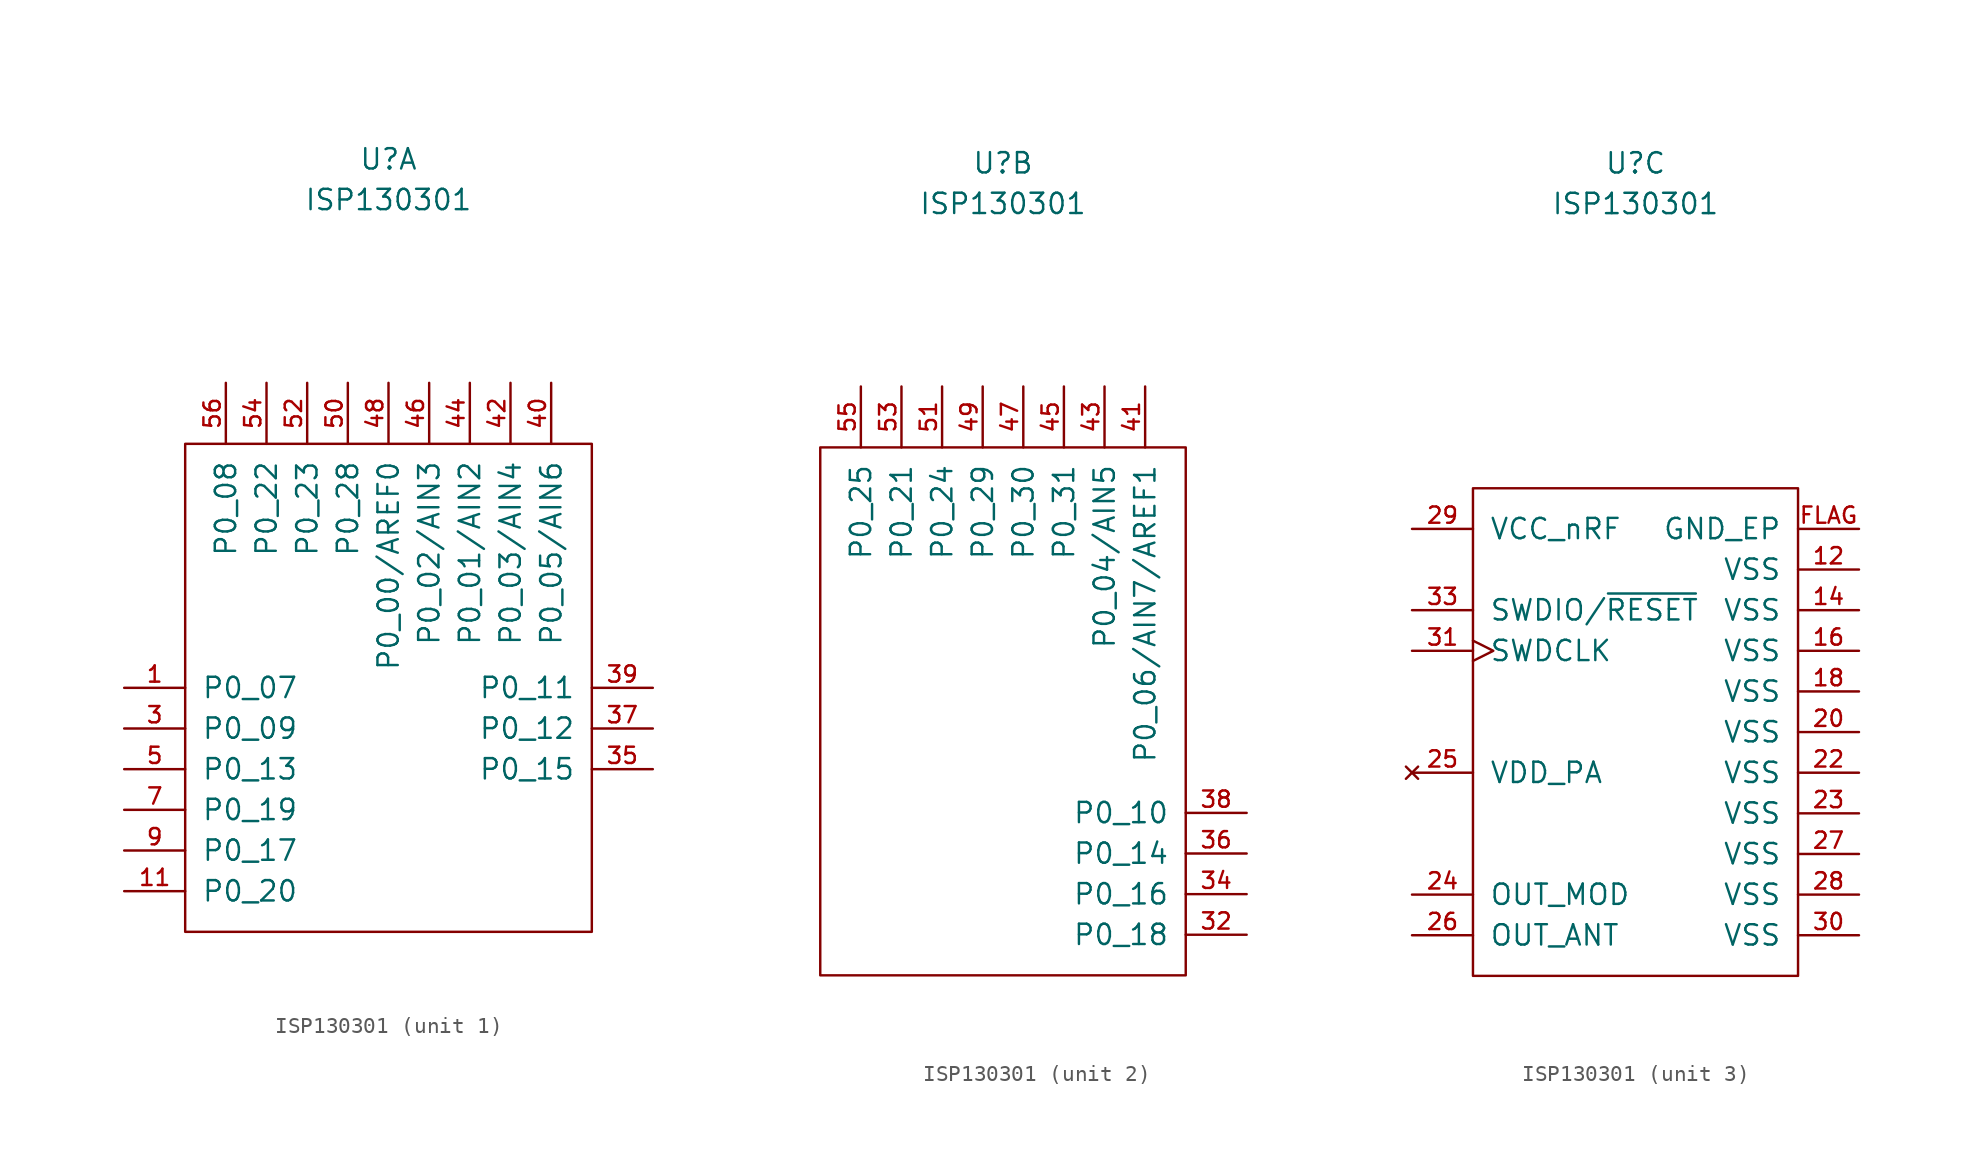
<source format=kicad_sym>
(kicad_symbol_lib
  (version 20211014)
  (generator kicad_symbol_editor)
  (symbol "ISP130301"
    (pin_names
      (offset 1.016))
    (property "Reference" "U"
      (at 0 35.56 0)
      (effects (font (size 1.27 1.27))))
    (property "Value" "ISP130301"
      (at 0 33.02 0)
      (effects (font (size 1.27 1.27))))
    (property "ki_locked" ""
      (at 0 0 0)
      (effects (font (size 1.27 1.27))))
    (symbol "ISP130301_1_1"
      (rectangle (start -12.7 17.78) (end 12.7 -12.7) (stroke (width 0) (type default) (color 0 0 0 0)) (fill (type none)))
      (pin tri_state line (at -16.51 2.54 0) (length 3.81) (name "P0_07" (effects (font (size 1.27 1.27)))) (number "1" (effects (font (size 1.016 1.016)))))
      (pin tri_state line (at -16.51 -10.16 0) (length 3.81) (name "P0_20" (effects (font (size 1.27 1.27)))) (number "11" (effects (font (size 1.016 1.016)))))
      (pin tri_state line (at -16.51 0 0) (length 3.81) (name "P0_09" (effects (font (size 1.27 1.27)))) (number "3" (effects (font (size 1.016 1.016)))))
      (pin tri_state line (at 16.51 -2.54 180) (length 3.81) (name "P0_15" (effects (font (size 1.27 1.27)))) (number "35" (effects (font (size 1.016 1.016)))))
      (pin tri_state line (at 16.51 0 180) (length 3.81) (name "P0_12" (effects (font (size 1.27 1.27)))) (number "37" (effects (font (size 1.016 1.016)))))
      (pin tri_state line (at 16.51 2.54 180) (length 3.81) (name "P0_11" (effects (font (size 1.27 1.27)))) (number "39" (effects (font (size 1.016 1.016)))))
      (pin tri_state line (at 10.16 21.59 270) (length 3.81) (name "P0_05/AIN6" (effects (font (size 1.27 1.27)))) (number "40" (effects (font (size 1.016 1.016)))))
      (pin tri_state line (at 7.62 21.59 270) (length 3.81) (name "P0_03/AIN4" (effects (font (size 1.27 1.27)))) (number "42" (effects (font (size 1.016 1.016)))))
      (pin tri_state line (at 5.08 21.59 270) (length 3.81) (name "P0_01/AIN2" (effects (font (size 1.27 1.27)))) (number "44" (effects (font (size 1.016 1.016)))))
      (pin tri_state line (at 2.54 21.59 270) (length 3.81) (name "P0_02/AIN3" (effects (font (size 1.27 1.27)))) (number "46" (effects (font (size 1.016 1.016)))))
      (pin tri_state line (at 0 21.59 270) (length 3.81) (name "P0_00/AREF0" (effects (font (size 1.27 1.27)))) (number "48" (effects (font (size 1.016 1.016)))))
      (pin tri_state line (at -16.51 -2.54 0) (length 3.81) (name "P0_13" (effects (font (size 1.27 1.27)))) (number "5" (effects (font (size 1.016 1.016)))))
      (pin tri_state line (at -2.54 21.59 270) (length 3.81) (name "P0_28" (effects (font (size 1.27 1.27)))) (number "50" (effects (font (size 1.016 1.016)))))
      (pin tri_state line (at -5.08 21.59 270) (length 3.81) (name "P0_23" (effects (font (size 1.27 1.27)))) (number "52" (effects (font (size 1.016 1.016)))))
      (pin tri_state line (at -7.62 21.59 270) (length 3.81) (name "P0_22" (effects (font (size 1.27 1.27)))) (number "54" (effects (font (size 1.016 1.016)))))
      (pin tri_state line (at -10.16 21.59 270) (length 3.81) (name "P0_08" (effects (font (size 1.27 1.27)))) (number "56" (effects (font (size 1.016 1.016)))))
      (pin tri_state line (at -16.51 -5.08 0) (length 3.81) (name "P0_19" (effects (font (size 1.27 1.27)))) (number "7" (effects (font (size 1.016 1.016)))))
      (pin tri_state line (at -16.51 -7.62 0) (length 3.81) (name "P0_17" (effects (font (size 1.27 1.27)))) (number "9" (effects (font (size 1.016 1.016))))))
    (symbol "ISP130301_2_1"
      (rectangle (start -11.43 17.78) (end 11.43 -15.24) (stroke (width 0) (type default) (color 0 0 0 0)) (fill (type none)))
      (pin tri_state line (at 15.24 -12.7 180) (length 3.81) (name "P0_18" (effects (font (size 1.27 1.27)))) (number "32" (effects (font (size 1.016 1.016)))))
      (pin tri_state line (at 15.24 -10.16 180) (length 3.81) (name "P0_16" (effects (font (size 1.27 1.27)))) (number "34" (effects (font (size 1.016 1.016)))))
      (pin tri_state line (at 15.24 -7.62 180) (length 3.81) (name "P0_14" (effects (font (size 1.27 1.27)))) (number "36" (effects (font (size 1.016 1.016)))))
      (pin tri_state line (at 15.24 -5.08 180) (length 3.81) (name "P0_10" (effects (font (size 1.27 1.27)))) (number "38" (effects (font (size 1.016 1.016)))))
      (pin tri_state line (at 8.89 21.59 270) (length 3.81) (name "P0_06/AIN7/AREF1" (effects (font (size 1.27 1.27)))) (number "41" (effects (font (size 1.016 1.016)))))
      (pin tri_state line (at 6.35 21.59 270) (length 3.81) (name "P0_04/AIN5" (effects (font (size 1.27 1.27)))) (number "43" (effects (font (size 1.016 1.016)))))
      (pin tri_state line (at 3.81 21.59 270) (length 3.81) (name "P0_31" (effects (font (size 1.27 1.27)))) (number "45" (effects (font (size 1.016 1.016)))))
      (pin tri_state line (at 1.27 21.59 270) (length 3.81) (name "P0_30" (effects (font (size 1.27 1.27)))) (number "47" (effects (font (size 1.016 1.016)))))
      (pin tri_state line (at -1.27 21.59 270) (length 3.81) (name "P0_29" (effects (font (size 1.27 1.27)))) (number "49" (effects (font (size 1.016 1.016)))))
      (pin tri_state line (at -3.81 21.59 270) (length 3.81) (name "P0_24" (effects (font (size 1.27 1.27)))) (number "51" (effects (font (size 1.016 1.016)))))
      (pin tri_state line (at -6.35 21.59 270) (length 3.81) (name "P0_21" (effects (font (size 1.27 1.27)))) (number "53" (effects (font (size 1.016 1.016)))))
      (pin tri_state line (at -8.89 21.59 270) (length 3.81) (name "P0_25" (effects (font (size 1.27 1.27)))) (number "55" (effects (font (size 1.016 1.016))))))
    (symbol "ISP130301_3_1"
      (rectangle (start -10.16 15.24) (end 10.16 -15.24) (stroke (width 0) (type default) (color 0 0 0 0)) (fill (type none)))
      (pin power_in line (at 13.97 10.16 180) (length 3.81) (name "VSS" (effects (font (size 1.27 1.27)))) (number "12" (effects (font (size 1.016 1.016)))))
      (pin power_in line (at 13.97 7.62 180) (length 3.81) (name "VSS" (effects (font (size 1.27 1.27)))) (number "14" (effects (font (size 1.016 1.016)))))
      (pin power_in line (at 13.97 5.08 180) (length 3.81) (name "VSS" (effects (font (size 1.27 1.27)))) (number "16" (effects (font (size 1.016 1.016)))))
      (pin power_in line (at 13.97 2.54 180) (length 3.81) (name "VSS" (effects (font (size 1.27 1.27)))) (number "18" (effects (font (size 1.016 1.016)))))
      (pin power_in line (at 13.97 0 180) (length 3.81) (name "VSS" (effects (font (size 1.27 1.27)))) (number "20" (effects (font (size 1.016 1.016)))))
      (pin power_in line (at 13.97 -2.54 180) (length 3.81) (name "VSS" (effects (font (size 1.27 1.27)))) (number "22" (effects (font (size 1.016 1.016)))))
      (pin power_in line (at 13.97 -5.08 180) (length 3.81) (name "VSS" (effects (font (size 1.27 1.27)))) (number "23" (effects (font (size 1.016 1.016)))))
      (pin passive line (at -13.97 -10.16 0) (length 3.81) (name "OUT_MOD" (effects (font (size 1.27 1.27)))) (number "24" (effects (font (size 1.016 1.016)))))
      (pin no_connect line (at -13.97 -2.54 0) (length 3.81) (name "VDD_PA" (effects (font (size 1.27 1.27)))) (number "25" (effects (font (size 1.016 1.016)))))
      (pin passive line (at -13.97 -12.7 0) (length 3.81) (name "OUT_ANT" (effects (font (size 1.27 1.27)))) (number "26" (effects (font (size 1.016 1.016)))))
      (pin power_in line (at 13.97 -7.62 180) (length 3.81) (name "VSS" (effects (font (size 1.27 1.27)))) (number "27" (effects (font (size 1.016 1.016)))))
      (pin power_in line (at 13.97 -10.16 180) (length 3.81) (name "VSS" (effects (font (size 1.27 1.27)))) (number "28" (effects (font (size 1.016 1.016)))))
      (pin power_in line (at -13.97 12.7 0) (length 3.81) (name "VCC_nRF" (effects (font (size 1.27 1.27)))) (number "29" (effects (font (size 1.016 1.016)))))
      (pin power_in line (at 13.97 -12.7 180) (length 3.81) (name "VSS" (effects (font (size 1.27 1.27)))) (number "30" (effects (font (size 1.016 1.016)))))
      (pin input clock (at -13.97 5.08 0) (length 3.81) (name "SWDCLK" (effects (font (size 1.27 1.27)))) (number "31" (effects (font (size 1.016 1.016)))))
      (pin bidirectional line (at -13.97 7.62 0) (length 3.81) (name "SWDIO/~{RESET}" (effects (font (size 1.27 1.27)))) (number "33" (effects (font (size 1.016 1.016)))))
      (pin power_in line (at 13.97 12.7 180) (length 3.81) (name "GND_EP" (effects (font (size 1.27 1.27)))) (number "FLAG" (effects (font (size 1.016 1.016))))))))
</source>
